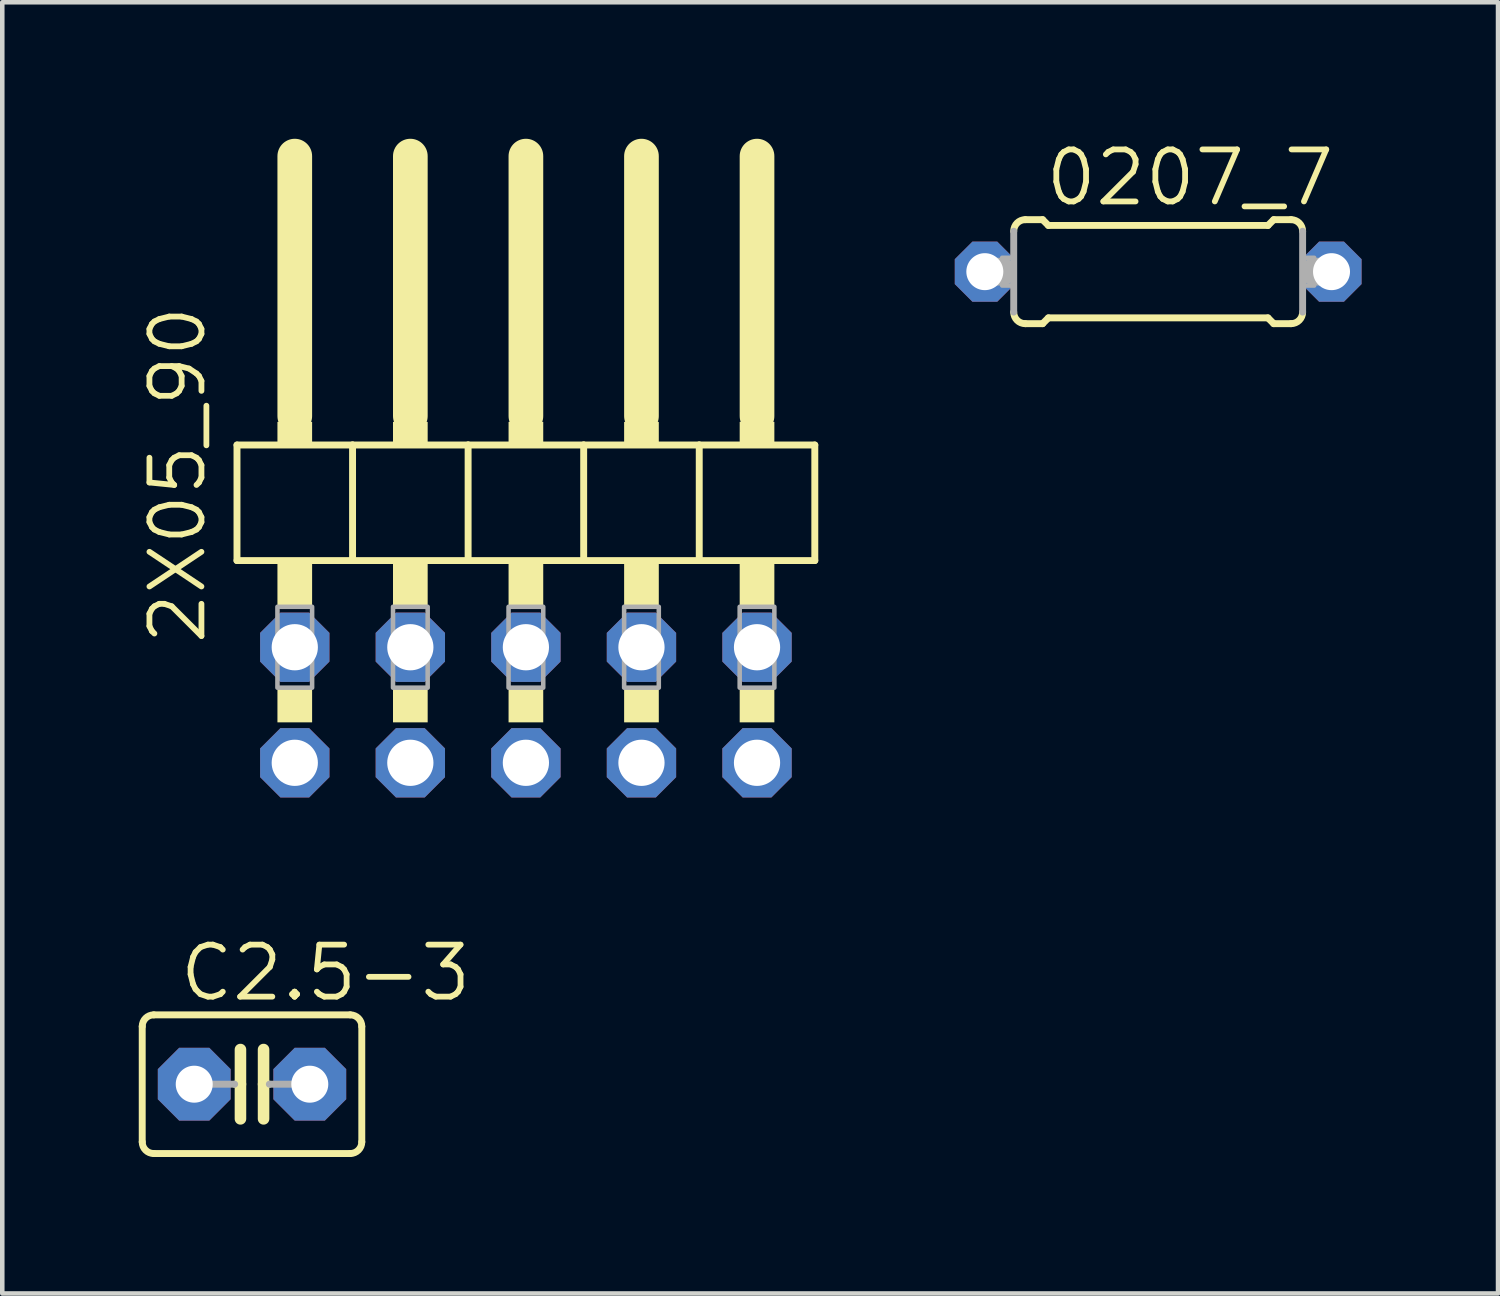
<source format=kicad_pcb>
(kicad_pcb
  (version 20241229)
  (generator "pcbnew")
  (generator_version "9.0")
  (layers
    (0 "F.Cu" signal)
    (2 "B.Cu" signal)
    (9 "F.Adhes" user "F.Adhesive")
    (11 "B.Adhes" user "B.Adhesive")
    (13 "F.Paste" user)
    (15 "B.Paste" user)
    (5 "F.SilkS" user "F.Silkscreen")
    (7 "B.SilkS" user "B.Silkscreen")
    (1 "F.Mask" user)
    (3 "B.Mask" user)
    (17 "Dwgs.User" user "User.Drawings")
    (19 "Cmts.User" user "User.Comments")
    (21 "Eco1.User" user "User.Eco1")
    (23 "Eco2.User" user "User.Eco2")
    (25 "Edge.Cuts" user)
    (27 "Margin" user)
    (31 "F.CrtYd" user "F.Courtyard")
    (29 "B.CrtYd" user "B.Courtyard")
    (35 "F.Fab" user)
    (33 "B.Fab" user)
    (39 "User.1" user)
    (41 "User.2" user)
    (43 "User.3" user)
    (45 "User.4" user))
  (footprint "0207_7"
    (layer "F.Cu")
    (at 22.406 2.921)
    (property "Reference" "0207_7" (at -2.54 -1.397 0) (layer "F.SilkS") (effects (font (size 1.143 1.143) (thickness 0.127)) (justify left bottom)))
    (fp_line (start -2.921 -1.143) (end -2.54 -1.143) (stroke (width 0.152) (type solid)) (layer "F.SilkS"))
    (fp_line (start -2.921 1.143) (end -2.54 1.143) (stroke (width 0.152) (type solid)) (layer "F.SilkS"))
    (fp_line (start -2.413 -1.016) (end -2.54 -1.143) (stroke (width 0.152) (type solid)) (layer "F.SilkS"))
    (fp_line (start -2.413 1.016) (end -2.54 1.143) (stroke (width 0.152) (type solid)) (layer "F.SilkS"))
    (fp_line (start 2.413 -1.016) (end -2.413 -1.016) (stroke (width 0.152) (type solid)) (layer "F.SilkS"))
    (fp_line (start 2.413 -1.016) (end 2.54 -1.143) (stroke (width 0.152) (type solid)) (layer "F.SilkS"))
    (fp_line (start 2.413 1.016) (end -2.413 1.016) (stroke (width 0.152) (type solid)) (layer "F.SilkS"))
    (fp_line (start 2.413 1.016) (end 2.54 1.143) (stroke (width 0.152) (type solid)) (layer "F.SilkS"))
    (fp_line (start 2.921 -1.143) (end 2.54 -1.143) (stroke (width 0.152) (type solid)) (layer "F.SilkS"))
    (fp_line (start 2.921 1.143) (end 2.54 1.143) (stroke (width 0.152) (type solid)) (layer "F.SilkS"))
    (fp_arc (start -3.175 -0.889) (mid -3.100605 -1.068605) (end -2.921 -1.143) (stroke (width 0.1524) (type solid)) (layer "F.SilkS"))
    (fp_arc (start -2.921 1.143) (mid -3.100605 1.068605) (end -3.175 0.889) (stroke (width 0.1524) (type solid)) (layer "F.SilkS"))
    (fp_arc (start 2.921 -1.143) (mid 3.100605 -1.068605) (end 3.175 -0.889) (stroke (width 0.1524) (type solid)) (layer "F.SilkS"))
    (fp_arc (start 3.175 0.889) (mid 3.100605 1.068605) (end 2.921 1.143) (stroke (width 0.1524) (type solid)) (layer "F.SilkS"))
    (fp_line (start -3.81 0) (end -3.429 0) (stroke (width 0.61) (type solid)) (layer "F.Fab"))
    (fp_line (start -3.175 0.889) (end -3.175 -0.889) (stroke (width 0.152) (type solid)) (layer "F.Fab"))
    (fp_line (start 3.175 0.889) (end 3.175 -0.889) (stroke (width 0.152) (type solid)) (layer "F.Fab"))
    (fp_line (start 3.429 0) (end 3.81 0) (stroke (width 0.61) (type solid)) (layer "F.Fab"))
    (fp_poly (pts (xy -3.429 0.305) (xy -3.175 0.305) (xy -3.175 -0.305) (xy -3.429 -0.305)) (stroke (width 0.1) (type solid)) (fill no) (layer "F.Fab"))
    (fp_poly (pts (xy 3.175 0.305) (xy 3.429 0.305) (xy 3.429 -0.305) (xy 3.175 -0.305)) (stroke (width 0.1) (type solid)) (fill no) (layer "F.Fab"))
    (pad "1" thru_hole roundrect (at -3.81 0) (size 1.321 1.321) (drill 0.813) (layers "*.Cu" "*.Mask") (roundrect_rratio 0.25) (chamfer_ratio 0.293) (chamfer top_left top_right bottom_left bottom_right))
    (pad "2" thru_hole roundrect (at 3.81 0) (size 1.321 1.321) (drill 0.813) (layers "*.Cu" "*.Mask") (roundrect_rratio 0.25) (chamfer_ratio 0.293) (chamfer top_left top_right bottom_left bottom_right)))
  (footprint "2X05_90"
    (layer "F.Cu")
    (at 8.509 7.366)
    (property "Reference" "2X05_90" (at -6.985 3.81 90) (layer "F.SilkS") (effects (font (size 1.143 1.143) (thickness 0.127)) (justify left bottom)))
    (fp_line (start -6.35 -0.635) (end -6.35 1.905) (stroke (width 0.152) (type solid)) (layer "F.SilkS"))
    (fp_line (start -6.35 1.905) (end -3.81 1.905) (stroke (width 0.152) (type solid)) (layer "F.SilkS"))
    (fp_line (start -5.08 -6.985) (end -5.08 -1.27) (stroke (width 0.762) (type solid)) (layer "F.SilkS"))
    (fp_line (start -3.81 -0.635) (end -6.35 -0.635) (stroke (width 0.152) (type solid)) (layer "F.SilkS"))
    (fp_line (start -3.81 1.905) (end -3.81 -0.635) (stroke (width 0.152) (type solid)) (layer "F.SilkS"))
    (fp_line (start -3.81 1.905) (end -1.27 1.905) (stroke (width 0.152) (type solid)) (layer "F.SilkS"))
    (fp_line (start -2.54 -6.985) (end -2.54 -1.27) (stroke (width 0.762) (type solid)) (layer "F.SilkS"))
    (fp_line (start -1.27 -0.635) (end -3.81 -0.635) (stroke (width 0.152) (type solid)) (layer "F.SilkS"))
    (fp_line (start -1.27 1.905) (end -1.27 -0.635) (stroke (width 0.152) (type solid)) (layer "F.SilkS"))
    (fp_line (start -1.27 1.905) (end 1.27 1.905) (stroke (width 0.152) (type solid)) (layer "F.SilkS"))
    (fp_line (start 0 -6.985) (end 0 -1.27) (stroke (width 0.762) (type solid)) (layer "F.SilkS"))
    (fp_line (start 1.27 -0.635) (end -1.27 -0.635) (stroke (width 0.152) (type solid)) (layer "F.SilkS"))
    (fp_line (start 1.27 1.905) (end 1.27 -0.635) (stroke (width 0.152) (type solid)) (layer "F.SilkS"))
    (fp_line (start 1.27 1.905) (end 3.81 1.905) (stroke (width 0.152) (type solid)) (layer "F.SilkS"))
    (fp_line (start 2.54 -6.985) (end 2.54 -1.27) (stroke (width 0.762) (type solid)) (layer "F.SilkS"))
    (fp_line (start 3.81 -0.635) (end 1.27 -0.635) (stroke (width 0.152) (type solid)) (layer "F.SilkS"))
    (fp_line (start 3.81 1.905) (end 3.81 -0.635) (stroke (width 0.152) (type solid)) (layer "F.SilkS"))
    (fp_line (start 3.81 1.905) (end 6.35 1.905) (stroke (width 0.152) (type solid)) (layer "F.SilkS"))
    (fp_line (start 5.08 -6.985) (end 5.08 -1.27) (stroke (width 0.762) (type solid)) (layer "F.SilkS"))
    (fp_line (start 6.35 -0.635) (end 3.81 -0.635) (stroke (width 0.152) (type solid)) (layer "F.SilkS"))
    (fp_line (start 6.35 1.905) (end 6.35 -0.635) (stroke (width 0.152) (type solid)) (layer "F.SilkS"))
    (fp_poly (pts (xy -5.461 -0.635) (xy -4.699 -0.635) (xy -4.699 -1.143) (xy -5.461 -1.143)) (stroke (width 0) (type solid)) (fill yes) (layer "F.SilkS"))
    (fp_poly (pts (xy -5.461 2.921) (xy -4.699 2.921) (xy -4.699 1.905) (xy -5.461 1.905)) (stroke (width 0) (type solid)) (fill yes) (layer "F.SilkS"))
    (fp_poly (pts (xy -5.461 5.461) (xy -4.699 5.461) (xy -4.699 4.699) (xy -5.461 4.699)) (stroke (width 0) (type solid)) (fill yes) (layer "F.SilkS"))
    (fp_poly (pts (xy -2.921 -0.635) (xy -2.159 -0.635) (xy -2.159 -1.143) (xy -2.921 -1.143)) (stroke (width 0) (type solid)) (fill yes) (layer "F.SilkS"))
    (fp_poly (pts (xy -2.921 2.921) (xy -2.159 2.921) (xy -2.159 1.905) (xy -2.921 1.905)) (stroke (width 0) (type solid)) (fill yes) (layer "F.SilkS"))
    (fp_poly (pts (xy -2.921 5.461) (xy -2.159 5.461) (xy -2.159 4.699) (xy -2.921 4.699)) (stroke (width 0) (type solid)) (fill yes) (layer "F.SilkS"))
    (fp_poly (pts (xy -0.381 -0.635) (xy 0.381 -0.635) (xy 0.381 -1.143) (xy -0.381 -1.143)) (stroke (width 0) (type solid)) (fill yes) (layer "F.SilkS"))
    (fp_poly (pts (xy -0.381 2.921) (xy 0.381 2.921) (xy 0.381 1.905) (xy -0.381 1.905)) (stroke (width 0) (type solid)) (fill yes) (layer "F.SilkS"))
    (fp_poly (pts (xy -0.381 5.461) (xy 0.381 5.461) (xy 0.381 4.699) (xy -0.381 4.699)) (stroke (width 0) (type solid)) (fill yes) (layer "F.SilkS"))
    (fp_poly (pts (xy 2.159 -0.635) (xy 2.921 -0.635) (xy 2.921 -1.143) (xy 2.159 -1.143)) (stroke (width 0) (type solid)) (fill yes) (layer "F.SilkS"))
    (fp_poly (pts (xy 2.159 2.921) (xy 2.921 2.921) (xy 2.921 1.905) (xy 2.159 1.905)) (stroke (width 0) (type solid)) (fill yes) (layer "F.SilkS"))
    (fp_poly (pts (xy 2.159 5.461) (xy 2.921 5.461) (xy 2.921 4.699) (xy 2.159 4.699)) (stroke (width 0) (type solid)) (fill yes) (layer "F.SilkS"))
    (fp_poly (pts (xy 4.699 -0.635) (xy 5.461 -0.635) (xy 5.461 -1.143) (xy 4.699 -1.143)) (stroke (width 0) (type solid)) (fill yes) (layer "F.SilkS"))
    (fp_poly (pts (xy 4.699 2.921) (xy 5.461 2.921) (xy 5.461 1.905) (xy 4.699 1.905)) (stroke (width 0) (type solid)) (fill yes) (layer "F.SilkS"))
    (fp_poly (pts (xy 4.699 5.461) (xy 5.461 5.461) (xy 5.461 4.699) (xy 4.699 4.699)) (stroke (width 0) (type solid)) (fill yes) (layer "F.SilkS"))
    (fp_poly (pts (xy -5.461 4.699) (xy -4.699 4.699) (xy -4.699 2.921) (xy -5.461 2.921)) (stroke (width 0.1) (type solid)) (fill no) (layer "F.Fab"))
    (fp_poly (pts (xy -2.921 4.699) (xy -2.159 4.699) (xy -2.159 2.921) (xy -2.921 2.921)) (stroke (width 0.1) (type solid)) (fill no) (layer "F.Fab"))
    (fp_poly (pts (xy -0.381 4.699) (xy 0.381 4.699) (xy 0.381 2.921) (xy -0.381 2.921)) (stroke (width 0.1) (type solid)) (fill no) (layer "F.Fab"))
    (fp_poly (pts (xy 2.159 4.699) (xy 2.921 4.699) (xy 2.921 2.921) (xy 2.159 2.921)) (stroke (width 0.1) (type solid)) (fill no) (layer "F.Fab"))
    (fp_poly (pts (xy 4.699 4.699) (xy 5.461 4.699) (xy 5.461 2.921) (xy 4.699 2.921)) (stroke (width 0.1) (type solid)) (fill no) (layer "F.Fab"))
    (pad "1" thru_hole roundrect (at -5.08 6.35) (size 1.524 1.524) (drill 1.016) (layers "*.Cu" "*.Mask") (roundrect_rratio 0.25) (chamfer_ratio 0.293) (chamfer top_left top_right bottom_left bottom_right))
    (pad "2" thru_hole roundrect (at -5.08 3.81) (size 1.524 1.524) (drill 1.016) (layers "*.Cu" "*.Mask") (roundrect_rratio 0.25) (chamfer_ratio 0.293) (chamfer top_left top_right bottom_left bottom_right))
    (pad "3" thru_hole roundrect (at -2.54 6.35) (size 1.524 1.524) (drill 1.016) (layers "*.Cu" "*.Mask") (roundrect_rratio 0.25) (chamfer_ratio 0.293) (chamfer top_left top_right bottom_left bottom_right))
    (pad "4" thru_hole roundrect (at -2.54 3.81) (size 1.524 1.524) (drill 1.016) (layers "*.Cu" "*.Mask") (roundrect_rratio 0.25) (chamfer_ratio 0.293) (chamfer top_left top_right bottom_left bottom_right))
    (pad "5" thru_hole roundrect (at 0 6.35) (size 1.524 1.524) (drill 1.016) (layers "*.Cu" "*.Mask") (roundrect_rratio 0.25) (chamfer_ratio 0.293) (chamfer top_left top_right bottom_left bottom_right))
    (pad "6" thru_hole roundrect (at 0 3.81) (size 1.524 1.524) (drill 1.016) (layers "*.Cu" "*.Mask") (roundrect_rratio 0.25) (chamfer_ratio 0.293) (chamfer top_left top_right bottom_left bottom_right))
    (pad "7" thru_hole roundrect (at 2.54 6.35) (size 1.524 1.524) (drill 1.016) (layers "*.Cu" "*.Mask") (roundrect_rratio 0.25) (chamfer_ratio 0.293) (chamfer top_left top_right bottom_left bottom_right))
    (pad "8" thru_hole roundrect (at 2.54 3.81) (size 1.524 1.524) (drill 1.016) (layers "*.Cu" "*.Mask") (roundrect_rratio 0.25) (chamfer_ratio 0.293) (chamfer top_left top_right bottom_left bottom_right))
    (pad "9" thru_hole roundrect (at 5.08 6.35) (size 1.524 1.524) (drill 1.016) (layers "*.Cu" "*.Mask") (roundrect_rratio 0.25) (chamfer_ratio 0.293) (chamfer top_left top_right bottom_left bottom_right))
    (pad "10" thru_hole roundrect (at 5.08 3.81) (size 1.524 1.524) (drill 1.016) (layers "*.Cu" "*.Mask") (roundrect_rratio 0.25) (chamfer_ratio 0.293) (chamfer top_left top_right bottom_left bottom_right)))
  (footprint "C2.5-3"
    (layer "F.Cu")
    (at 2.489 20.78)
    (property "Reference" "C2.5-3" (at -1.651 -1.778 0) (layer "F.SilkS") (effects (font (size 1.143 1.143) (thickness 0.127)) (justify left bottom)))
    (fp_line (start -2.413 -1.27) (end -2.413 1.27) (stroke (width 0.152) (type solid)) (layer "F.SilkS"))
    (fp_line (start -2.159 -1.524) (end 2.159 -1.524) (stroke (width 0.152) (type solid)) (layer "F.SilkS"))
    (fp_line (start -0.254 -0.762) (end -0.254 0) (stroke (width 0.254) (type solid)) (layer "F.SilkS"))
    (fp_line (start -0.254 0) (end -0.381 0) (stroke (width 0.152) (type solid)) (layer "F.SilkS"))
    (fp_line (start -0.254 0) (end -0.254 0.762) (stroke (width 0.254) (type solid)) (layer "F.SilkS"))
    (fp_line (start 0.254 0) (end 0.254 -0.762) (stroke (width 0.254) (type solid)) (layer "F.SilkS"))
    (fp_line (start 0.254 0) (end 0.254 0.762) (stroke (width 0.254) (type solid)) (layer "F.SilkS"))
    (fp_line (start 0.381 0) (end 0.254 0) (stroke (width 0.152) (type solid)) (layer "F.SilkS"))
    (fp_line (start 2.159 1.524) (end -2.159 1.524) (stroke (width 0.152) (type solid)) (layer "F.SilkS"))
    (fp_line (start 2.413 -1.27) (end 2.413 1.27) (stroke (width 0.152) (type solid)) (layer "F.SilkS"))
    (fp_arc (start -2.413 -1.27) (mid -2.338605 -1.449605) (end -2.159 -1.524) (stroke (width 0.1524) (type solid)) (layer "F.SilkS"))
    (fp_arc (start -2.159 1.524) (mid -2.338605 1.449605) (end -2.413 1.27) (stroke (width 0.1524) (type solid)) (layer "F.SilkS"))
    (fp_arc (start 2.159 -1.524) (mid 2.338605 -1.449605) (end 2.413 -1.27) (stroke (width 0.1524) (type solid)) (layer "F.SilkS"))
    (fp_arc (start 2.413 1.27) (mid 2.338605 1.449605) (end 2.159 1.524) (stroke (width 0.1524) (type solid)) (layer "F.SilkS"))
    (fp_line (start -0.381 0) (end -1.27 0) (stroke (width 0.152) (type solid)) (layer "F.Fab"))
    (fp_line (start 1.27 0) (end 0.381 0) (stroke (width 0.152) (type solid)) (layer "F.Fab"))
    (pad "1" thru_hole roundrect (at -1.27 0) (size 1.6 1.6) (drill 0.813) (layers "*.Cu" "*.Mask") (roundrect_rratio 0.25) (chamfer_ratio 0.293) (chamfer top_left top_right bottom_left bottom_right))
    (pad "2" thru_hole roundrect (at 1.27 0) (size 1.6 1.6) (drill 0.813) (layers "*.Cu" "*.Mask") (roundrect_rratio 0.25) (chamfer_ratio 0.293) (chamfer top_left top_right bottom_left bottom_right)))
  (gr_rect
    (start -3 -3)
    (end 29.876 25.38)
    (stroke (width 0.1) (type default))
    (fill no)
    (layer "Edge.Cuts")))
</source>
